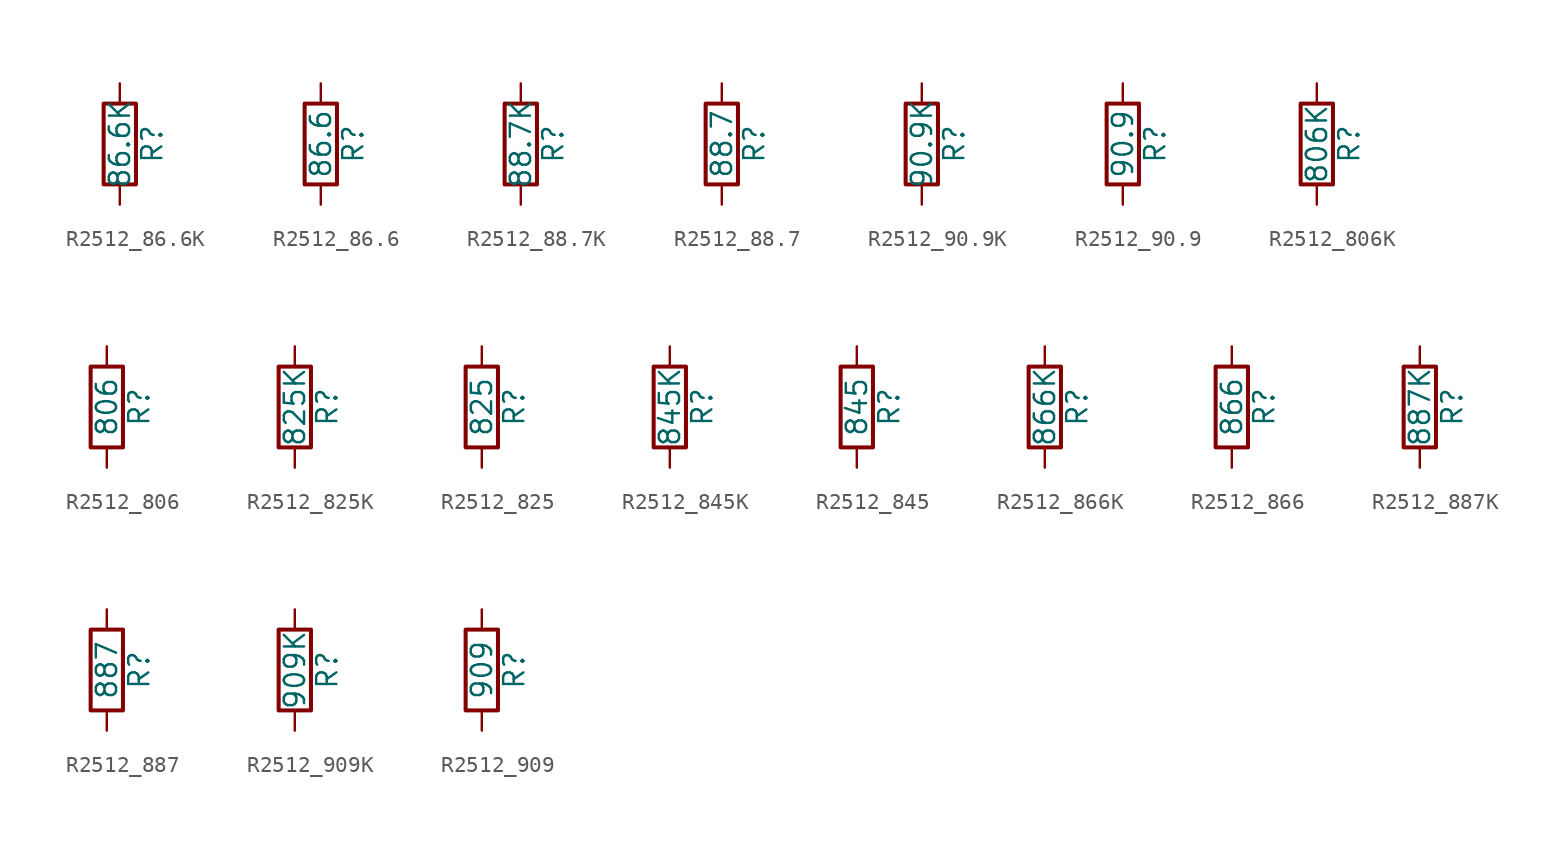
<source format=kicad_sym>
(kicad_symbol_lib
  (version 20211014)
  (generator atlantix-eda)
  (symbol "R2512_86.6K"
    (pin_numbers hide)
    (pin_names
      (offset 0))
    (property "Reference" "R"
      (at 2.032 0 90)
      (effects (font (size 1.27 1.27))))
    (property "Value" "86.6K"
      (at 0 0 90)
      (effects (font (size 1.27 1.27))))
    (symbol "R2512_86.6K_0_1"
      (rectangle (start -1.016 -2.54) (end 1.016 2.54) (stroke (width 0.254) (type default) (color 0 0 0 0)) (fill (type none))))
    (symbol "R2512_86.6K_1_1"
      (pin passive line (at 0 3.81 270) (length 1.27) (name "~" (effects (font (size 1.27 1.27)))) (number "1" (effects (font (size 1.27 1.27)))))
      (pin passive line (at 0 -3.81 90) (length 1.27) (name "~" (effects (font (size 1.27 1.27)))) (number "2" (effects (font (size 1.27 1.27)))))))
  (symbol "R2512_86.6"
    (pin_numbers hide)
    (pin_names
      (offset 0))
    (property "Reference" "R"
      (at 2.032 0 90)
      (effects (font (size 1.27 1.27))))
    (property "Value" "86.6"
      (at 0 0 90)
      (effects (font (size 1.27 1.27))))
    (symbol "R2512_86.6_0_1"
      (rectangle (start -1.016 -2.54) (end 1.016 2.54) (stroke (width 0.254) (type default) (color 0 0 0 0)) (fill (type none))))
    (symbol "R2512_86.6_1_1"
      (pin passive line (at 0 3.81 270) (length 1.27) (name "~" (effects (font (size 1.27 1.27)))) (number "1" (effects (font (size 1.27 1.27)))))
      (pin passive line (at 0 -3.81 90) (length 1.27) (name "~" (effects (font (size 1.27 1.27)))) (number "2" (effects (font (size 1.27 1.27)))))))
  (symbol "R2512_88.7K"
    (pin_numbers hide)
    (pin_names
      (offset 0))
    (property "Reference" "R"
      (at 2.032 0 90)
      (effects (font (size 1.27 1.27))))
    (property "Value" "88.7K"
      (at 0 0 90)
      (effects (font (size 1.27 1.27))))
    (symbol "R2512_88.7K_0_1"
      (rectangle (start -1.016 -2.54) (end 1.016 2.54) (stroke (width 0.254) (type default) (color 0 0 0 0)) (fill (type none))))
    (symbol "R2512_88.7K_1_1"
      (pin passive line (at 0 3.81 270) (length 1.27) (name "~" (effects (font (size 1.27 1.27)))) (number "1" (effects (font (size 1.27 1.27)))))
      (pin passive line (at 0 -3.81 90) (length 1.27) (name "~" (effects (font (size 1.27 1.27)))) (number "2" (effects (font (size 1.27 1.27)))))))
  (symbol "R2512_88.7"
    (pin_numbers hide)
    (pin_names
      (offset 0))
    (property "Reference" "R"
      (at 2.032 0 90)
      (effects (font (size 1.27 1.27))))
    (property "Value" "88.7"
      (at 0 0 90)
      (effects (font (size 1.27 1.27))))
    (symbol "R2512_88.7_0_1"
      (rectangle (start -1.016 -2.54) (end 1.016 2.54) (stroke (width 0.254) (type default) (color 0 0 0 0)) (fill (type none))))
    (symbol "R2512_88.7_1_1"
      (pin passive line (at 0 3.81 270) (length 1.27) (name "~" (effects (font (size 1.27 1.27)))) (number "1" (effects (font (size 1.27 1.27)))))
      (pin passive line (at 0 -3.81 90) (length 1.27) (name "~" (effects (font (size 1.27 1.27)))) (number "2" (effects (font (size 1.27 1.27)))))))
  (symbol "R2512_90.9K"
    (pin_numbers hide)
    (pin_names
      (offset 0))
    (property "Reference" "R"
      (at 2.032 0 90)
      (effects (font (size 1.27 1.27))))
    (property "Value" "90.9K"
      (at 0 0 90)
      (effects (font (size 1.27 1.27))))
    (symbol "R2512_90.9K_0_1"
      (rectangle (start -1.016 -2.54) (end 1.016 2.54) (stroke (width 0.254) (type default) (color 0 0 0 0)) (fill (type none))))
    (symbol "R2512_90.9K_1_1"
      (pin passive line (at 0 3.81 270) (length 1.27) (name "~" (effects (font (size 1.27 1.27)))) (number "1" (effects (font (size 1.27 1.27)))))
      (pin passive line (at 0 -3.81 90) (length 1.27) (name "~" (effects (font (size 1.27 1.27)))) (number "2" (effects (font (size 1.27 1.27)))))))
  (symbol "R2512_90.9"
    (pin_numbers hide)
    (pin_names
      (offset 0))
    (property "Reference" "R"
      (at 2.032 0 90)
      (effects (font (size 1.27 1.27))))
    (property "Value" "90.9"
      (at 0 0 90)
      (effects (font (size 1.27 1.27))))
    (symbol "R2512_90.9_0_1"
      (rectangle (start -1.016 -2.54) (end 1.016 2.54) (stroke (width 0.254) (type default) (color 0 0 0 0)) (fill (type none))))
    (symbol "R2512_90.9_1_1"
      (pin passive line (at 0 3.81 270) (length 1.27) (name "~" (effects (font (size 1.27 1.27)))) (number "1" (effects (font (size 1.27 1.27)))))
      (pin passive line (at 0 -3.81 90) (length 1.27) (name "~" (effects (font (size 1.27 1.27)))) (number "2" (effects (font (size 1.27 1.27)))))))
  (symbol "R2512_806K"
    (pin_numbers hide)
    (pin_names
      (offset 0))
    (property "Reference" "R"
      (at 2.032 0 90)
      (effects (font (size 1.27 1.27))))
    (property "Value" "806K"
      (at 0 0 90)
      (effects (font (size 1.27 1.27))))
    (symbol "R2512_806K_0_1"
      (rectangle (start -1.016 -2.54) (end 1.016 2.54) (stroke (width 0.254) (type default) (color 0 0 0 0)) (fill (type none))))
    (symbol "R2512_806K_1_1"
      (pin passive line (at 0 3.81 270) (length 1.27) (name "~" (effects (font (size 1.27 1.27)))) (number "1" (effects (font (size 1.27 1.27)))))
      (pin passive line (at 0 -3.81 90) (length 1.27) (name "~" (effects (font (size 1.27 1.27)))) (number "2" (effects (font (size 1.27 1.27)))))))
  (symbol "R2512_806"
    (pin_numbers hide)
    (pin_names
      (offset 0))
    (property "Reference" "R"
      (at 2.032 0 90)
      (effects (font (size 1.27 1.27))))
    (property "Value" "806"
      (at 0 0 90)
      (effects (font (size 1.27 1.27))))
    (symbol "R2512_806_0_1"
      (rectangle (start -1.016 -2.54) (end 1.016 2.54) (stroke (width 0.254) (type default) (color 0 0 0 0)) (fill (type none))))
    (symbol "R2512_806_1_1"
      (pin passive line (at 0 3.81 270) (length 1.27) (name "~" (effects (font (size 1.27 1.27)))) (number "1" (effects (font (size 1.27 1.27)))))
      (pin passive line (at 0 -3.81 90) (length 1.27) (name "~" (effects (font (size 1.27 1.27)))) (number "2" (effects (font (size 1.27 1.27)))))))
  (symbol "R2512_825K"
    (pin_numbers hide)
    (pin_names
      (offset 0))
    (property "Reference" "R"
      (at 2.032 0 90)
      (effects (font (size 1.27 1.27))))
    (property "Value" "825K"
      (at 0 0 90)
      (effects (font (size 1.27 1.27))))
    (symbol "R2512_825K_0_1"
      (rectangle (start -1.016 -2.54) (end 1.016 2.54) (stroke (width 0.254) (type default) (color 0 0 0 0)) (fill (type none))))
    (symbol "R2512_825K_1_1"
      (pin passive line (at 0 3.81 270) (length 1.27) (name "~" (effects (font (size 1.27 1.27)))) (number "1" (effects (font (size 1.27 1.27)))))
      (pin passive line (at 0 -3.81 90) (length 1.27) (name "~" (effects (font (size 1.27 1.27)))) (number "2" (effects (font (size 1.27 1.27)))))))
  (symbol "R2512_825"
    (pin_numbers hide)
    (pin_names
      (offset 0))
    (property "Reference" "R"
      (at 2.032 0 90)
      (effects (font (size 1.27 1.27))))
    (property "Value" "825"
      (at 0 0 90)
      (effects (font (size 1.27 1.27))))
    (symbol "R2512_825_0_1"
      (rectangle (start -1.016 -2.54) (end 1.016 2.54) (stroke (width 0.254) (type default) (color 0 0 0 0)) (fill (type none))))
    (symbol "R2512_825_1_1"
      (pin passive line (at 0 3.81 270) (length 1.27) (name "~" (effects (font (size 1.27 1.27)))) (number "1" (effects (font (size 1.27 1.27)))))
      (pin passive line (at 0 -3.81 90) (length 1.27) (name "~" (effects (font (size 1.27 1.27)))) (number "2" (effects (font (size 1.27 1.27)))))))
  (symbol "R2512_845K"
    (pin_numbers hide)
    (pin_names
      (offset 0))
    (property "Reference" "R"
      (at 2.032 0 90)
      (effects (font (size 1.27 1.27))))
    (property "Value" "845K"
      (at 0 0 90)
      (effects (font (size 1.27 1.27))))
    (symbol "R2512_845K_0_1"
      (rectangle (start -1.016 -2.54) (end 1.016 2.54) (stroke (width 0.254) (type default) (color 0 0 0 0)) (fill (type none))))
    (symbol "R2512_845K_1_1"
      (pin passive line (at 0 3.81 270) (length 1.27) (name "~" (effects (font (size 1.27 1.27)))) (number "1" (effects (font (size 1.27 1.27)))))
      (pin passive line (at 0 -3.81 90) (length 1.27) (name "~" (effects (font (size 1.27 1.27)))) (number "2" (effects (font (size 1.27 1.27)))))))
  (symbol "R2512_845"
    (pin_numbers hide)
    (pin_names
      (offset 0))
    (property "Reference" "R"
      (at 2.032 0 90)
      (effects (font (size 1.27 1.27))))
    (property "Value" "845"
      (at 0 0 90)
      (effects (font (size 1.27 1.27))))
    (symbol "R2512_845_0_1"
      (rectangle (start -1.016 -2.54) (end 1.016 2.54) (stroke (width 0.254) (type default) (color 0 0 0 0)) (fill (type none))))
    (symbol "R2512_845_1_1"
      (pin passive line (at 0 3.81 270) (length 1.27) (name "~" (effects (font (size 1.27 1.27)))) (number "1" (effects (font (size 1.27 1.27)))))
      (pin passive line (at 0 -3.81 90) (length 1.27) (name "~" (effects (font (size 1.27 1.27)))) (number "2" (effects (font (size 1.27 1.27)))))))
  (symbol "R2512_866K"
    (pin_numbers hide)
    (pin_names
      (offset 0))
    (property "Reference" "R"
      (at 2.032 0 90)
      (effects (font (size 1.27 1.27))))
    (property "Value" "866K"
      (at 0 0 90)
      (effects (font (size 1.27 1.27))))
    (symbol "R2512_866K_0_1"
      (rectangle (start -1.016 -2.54) (end 1.016 2.54) (stroke (width 0.254) (type default) (color 0 0 0 0)) (fill (type none))))
    (symbol "R2512_866K_1_1"
      (pin passive line (at 0 3.81 270) (length 1.27) (name "~" (effects (font (size 1.27 1.27)))) (number "1" (effects (font (size 1.27 1.27)))))
      (pin passive line (at 0 -3.81 90) (length 1.27) (name "~" (effects (font (size 1.27 1.27)))) (number "2" (effects (font (size 1.27 1.27)))))))
  (symbol "R2512_866"
    (pin_numbers hide)
    (pin_names
      (offset 0))
    (property "Reference" "R"
      (at 2.032 0 90)
      (effects (font (size 1.27 1.27))))
    (property "Value" "866"
      (at 0 0 90)
      (effects (font (size 1.27 1.27))))
    (symbol "R2512_866_0_1"
      (rectangle (start -1.016 -2.54) (end 1.016 2.54) (stroke (width 0.254) (type default) (color 0 0 0 0)) (fill (type none))))
    (symbol "R2512_866_1_1"
      (pin passive line (at 0 3.81 270) (length 1.27) (name "~" (effects (font (size 1.27 1.27)))) (number "1" (effects (font (size 1.27 1.27)))))
      (pin passive line (at 0 -3.81 90) (length 1.27) (name "~" (effects (font (size 1.27 1.27)))) (number "2" (effects (font (size 1.27 1.27)))))))
  (symbol "R2512_887K"
    (pin_numbers hide)
    (pin_names
      (offset 0))
    (property "Reference" "R"
      (at 2.032 0 90)
      (effects (font (size 1.27 1.27))))
    (property "Value" "887K"
      (at 0 0 90)
      (effects (font (size 1.27 1.27))))
    (symbol "R2512_887K_0_1"
      (rectangle (start -1.016 -2.54) (end 1.016 2.54) (stroke (width 0.254) (type default) (color 0 0 0 0)) (fill (type none))))
    (symbol "R2512_887K_1_1"
      (pin passive line (at 0 3.81 270) (length 1.27) (name "~" (effects (font (size 1.27 1.27)))) (number "1" (effects (font (size 1.27 1.27)))))
      (pin passive line (at 0 -3.81 90) (length 1.27) (name "~" (effects (font (size 1.27 1.27)))) (number "2" (effects (font (size 1.27 1.27)))))))
  (symbol "R2512_887"
    (pin_numbers hide)
    (pin_names
      (offset 0))
    (property "Reference" "R"
      (at 2.032 0 90)
      (effects (font (size 1.27 1.27))))
    (property "Value" "887"
      (at 0 0 90)
      (effects (font (size 1.27 1.27))))
    (symbol "R2512_887_0_1"
      (rectangle (start -1.016 -2.54) (end 1.016 2.54) (stroke (width 0.254) (type default) (color 0 0 0 0)) (fill (type none))))
    (symbol "R2512_887_1_1"
      (pin passive line (at 0 3.81 270) (length 1.27) (name "~" (effects (font (size 1.27 1.27)))) (number "1" (effects (font (size 1.27 1.27)))))
      (pin passive line (at 0 -3.81 90) (length 1.27) (name "~" (effects (font (size 1.27 1.27)))) (number "2" (effects (font (size 1.27 1.27)))))))
  (symbol "R2512_909K"
    (pin_numbers hide)
    (pin_names
      (offset 0))
    (property "Reference" "R"
      (at 2.032 0 90)
      (effects (font (size 1.27 1.27))))
    (property "Value" "909K"
      (at 0 0 90)
      (effects (font (size 1.27 1.27))))
    (symbol "R2512_909K_0_1"
      (rectangle (start -1.016 -2.54) (end 1.016 2.54) (stroke (width 0.254) (type default) (color 0 0 0 0)) (fill (type none))))
    (symbol "R2512_909K_1_1"
      (pin passive line (at 0 3.81 270) (length 1.27) (name "~" (effects (font (size 1.27 1.27)))) (number "1" (effects (font (size 1.27 1.27)))))
      (pin passive line (at 0 -3.81 90) (length 1.27) (name "~" (effects (font (size 1.27 1.27)))) (number "2" (effects (font (size 1.27 1.27)))))))
  (symbol "R2512_909"
    (pin_numbers hide)
    (pin_names
      (offset 0))
    (property "Reference" "R"
      (at 2.032 0 90)
      (effects (font (size 1.27 1.27))))
    (property "Value" "909"
      (at 0 0 90)
      (effects (font (size 1.27 1.27))))
    (symbol "R2512_909_0_1"
      (rectangle (start -1.016 -2.54) (end 1.016 2.54) (stroke (width 0.254) (type default) (color 0 0 0 0)) (fill (type none))))
    (symbol "R2512_909_1_1"
      (pin passive line (at 0 3.81 270) (length 1.27) (name "~" (effects (font (size 1.27 1.27)))) (number "1" (effects (font (size 1.27 1.27)))))
      (pin passive line (at 0 -3.81 90) (length 1.27) (name "~" (effects (font (size 1.27 1.27)))) (number "2" (effects (font (size 1.27 1.27))))))))
</source>
